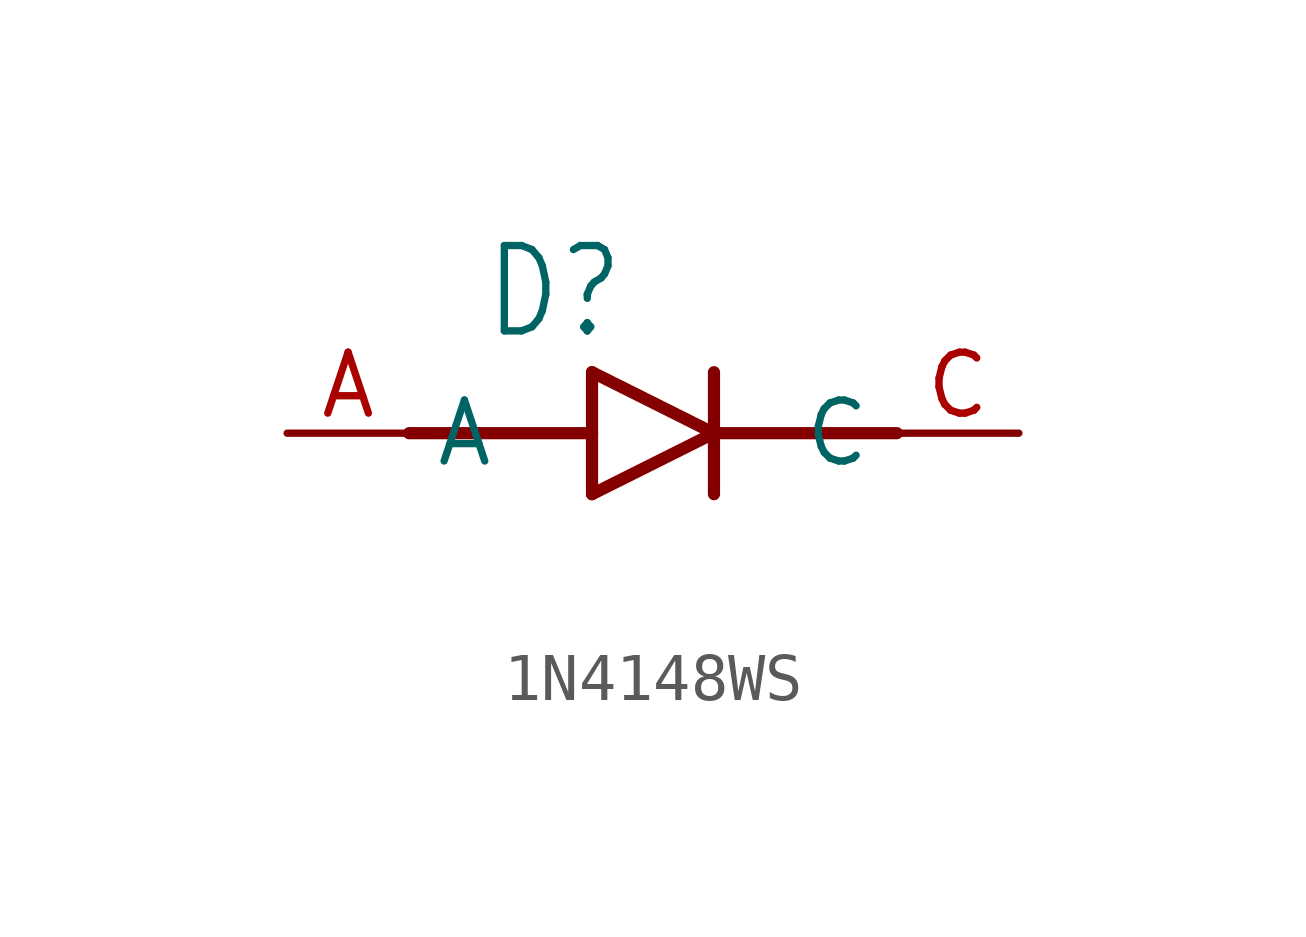
<source format=kicad_sym>
(kicad_symbol_lib
  (version 20220914)
  (generator kicad_symbol_editor)
  (symbol "1N4148WS"
    (property "Reference" "D"
      (at -3.556 1.905 0)
      (effects (font (size 1.778 1.511)) (justify left bottom)))
    (property "Value" ""
      (at -3.556 -3.429 0)
      (effects (font (size 1.778 1.511)) (justify left bottom)))
    (property "ki_locked" ""
      (at 0 0 0)
      (effects (font (size 1.27 1.27))))
    (symbol "1N4148WS_1_0"
      (polyline (pts (xy -5.08 0) (xy -1.27 0)) (stroke (width 0.254) (type solid)) (fill (type none)))
      (polyline (pts (xy -1.27 -1.27) (xy 1.27 0)) (stroke (width 0.254) (type solid)) (fill (type none)))
      (polyline (pts (xy -1.27 0) (xy -1.27 -1.27)) (stroke (width 0.254) (type solid)) (fill (type none)))
      (polyline (pts (xy -1.27 1.27) (xy -1.27 0)) (stroke (width 0.254) (type solid)) (fill (type none)))
      (polyline (pts (xy 1.27 0) (xy -1.27 1.27)) (stroke (width 0.254) (type solid)) (fill (type none)))
      (polyline (pts (xy 1.27 0) (xy 1.27 -1.27)) (stroke (width 0.254) (type solid)) (fill (type none)))
      (polyline (pts (xy 1.27 0) (xy 5.08 0)) (stroke (width 0.254) (type solid)) (fill (type none)))
      (polyline (pts (xy 1.27 1.27) (xy 1.27 0)) (stroke (width 0.254) (type solid)) (fill (type none)))
      (pin passive line (at -7.62 0 0) (length 2.54) (name "A" (effects (font (size 1.27 1.27)))) (number "A" (effects (font (size 1.27 1.27)))))
      (pin passive line (at 7.62 0 180) (length 2.54) (name "C" (effects (font (size 1.27 1.27)))) (number "C" (effects (font (size 1.27 1.27))))))))
</source>
